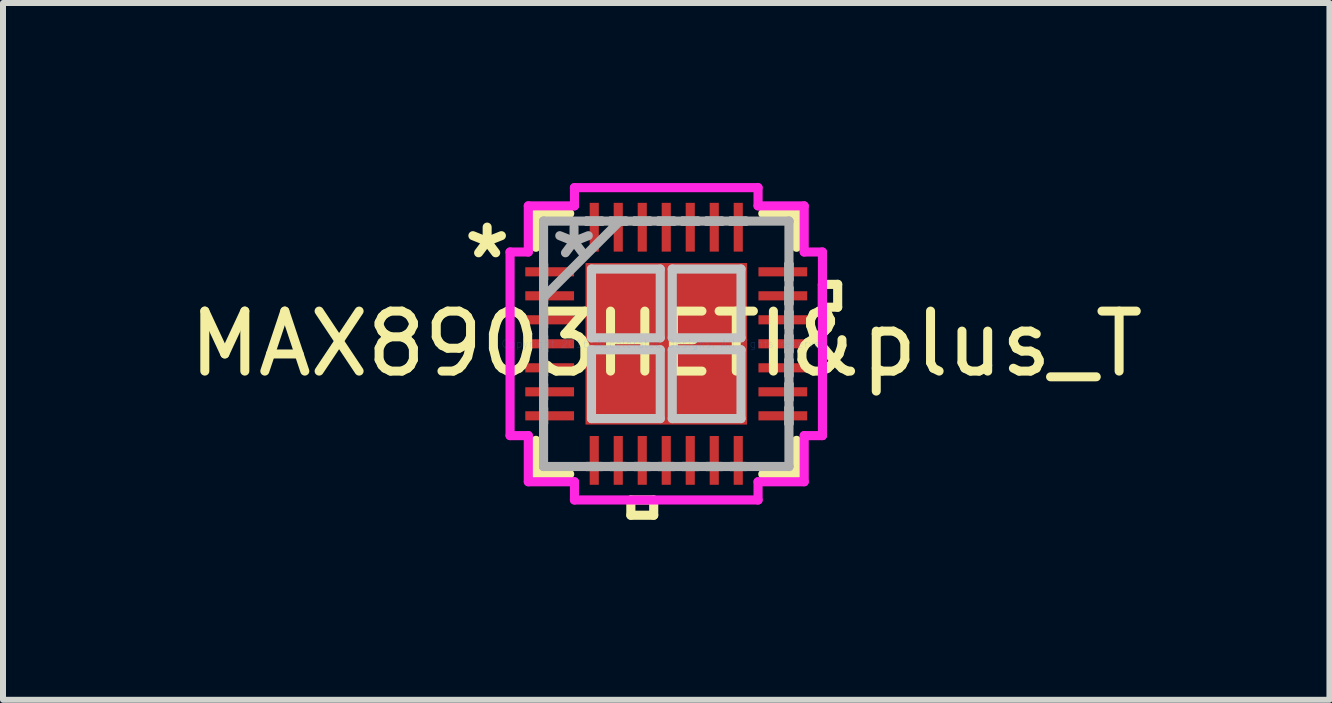
<source format=kicad_pcb>
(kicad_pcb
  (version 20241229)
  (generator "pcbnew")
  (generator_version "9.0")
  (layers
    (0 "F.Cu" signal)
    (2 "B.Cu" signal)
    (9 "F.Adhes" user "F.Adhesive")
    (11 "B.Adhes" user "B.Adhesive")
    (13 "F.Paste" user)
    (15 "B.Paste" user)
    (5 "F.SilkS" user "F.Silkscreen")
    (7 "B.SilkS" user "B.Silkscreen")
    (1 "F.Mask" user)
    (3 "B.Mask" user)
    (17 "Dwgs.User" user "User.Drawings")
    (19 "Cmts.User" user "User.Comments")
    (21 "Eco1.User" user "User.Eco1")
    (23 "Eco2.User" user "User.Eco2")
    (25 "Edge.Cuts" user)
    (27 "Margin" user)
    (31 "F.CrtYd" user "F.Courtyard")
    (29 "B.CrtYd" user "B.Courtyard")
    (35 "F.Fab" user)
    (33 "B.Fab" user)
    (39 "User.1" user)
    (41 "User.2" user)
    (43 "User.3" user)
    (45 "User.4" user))
  (footprint "MAX8903HETI&plus_T"
    (layer "F.Cu")
    (at 8.054 2.68)
    (property "Reference" "MAX8903HETI&plus_T" (at 0 0 0) (layer "F.SilkS") (effects (font (size 1 1) (thickness 0.15))))
    (attr through_hole)
    (fp_line (start -2.172 -2.172) (end -2.172 -1.609) (stroke (width 0.152) (type solid)) (layer "F.SilkS"))
    (fp_line (start -2.172 1.609) (end -2.172 2.172) (stroke (width 0.152) (type solid)) (layer "F.SilkS"))
    (fp_line (start -2.172 2.172) (end -1.609 2.172) (stroke (width 0.152) (type solid)) (layer "F.SilkS"))
    (fp_line (start -1.609 -2.172) (end -2.172 -2.172) (stroke (width 0.152) (type solid)) (layer "F.SilkS"))
    (fp_line (start -0.59 2.603) (end -0.59 2.857) (stroke (width 0.152) (type solid)) (layer "F.SilkS"))
    (fp_line (start -0.59 2.857) (end -0.209 2.857) (stroke (width 0.152) (type solid)) (layer "F.SilkS"))
    (fp_line (start -0.209 2.603) (end -0.59 2.603) (stroke (width 0.152) (type solid)) (layer "F.SilkS"))
    (fp_line (start -0.209 2.857) (end -0.209 2.603) (stroke (width 0.152) (type solid)) (layer "F.SilkS"))
    (fp_line (start 1.609 2.172) (end 2.172 2.172) (stroke (width 0.152) (type solid)) (layer "F.SilkS"))
    (fp_line (start 2.172 -2.172) (end 1.609 -2.172) (stroke (width 0.152) (type solid)) (layer "F.SilkS"))
    (fp_line (start 2.172 -1.609) (end 2.172 -2.172) (stroke (width 0.152) (type solid)) (layer "F.SilkS"))
    (fp_line (start 2.172 2.172) (end 2.172 1.609) (stroke (width 0.152) (type solid)) (layer "F.SilkS"))
    (fp_line (start 2.603 -0.991) (end 2.857 -0.991) (stroke (width 0.152) (type solid)) (layer "F.SilkS"))
    (fp_line (start 2.603 -0.61) (end 2.603 -0.991) (stroke (width 0.152) (type solid)) (layer "F.SilkS"))
    (fp_line (start 2.857 -0.991) (end 2.857 -0.61) (stroke (width 0.152) (type solid)) (layer "F.SilkS"))
    (fp_line (start 2.857 -0.61) (end 2.603 -0.61) (stroke (width 0.152) (type solid)) (layer "F.SilkS"))
    (fp_line (start -1.246 -1.246) (end -1.246 -0.1) (stroke (width 0.152) (type solid)) (layer "Dwgs.User"))
    (fp_line (start -1.246 -0.1) (end -0.1 -0.1) (stroke (width 0.152) (type solid)) (layer "Dwgs.User"))
    (fp_line (start -1.246 0.1) (end -1.246 1.246) (stroke (width 0.152) (type solid)) (layer "Dwgs.User"))
    (fp_line (start -1.246 1.246) (end -0.1 1.246) (stroke (width 0.152) (type solid)) (layer "Dwgs.User"))
    (fp_line (start -0.1 -1.246) (end -1.246 -1.246) (stroke (width 0.152) (type solid)) (layer "Dwgs.User"))
    (fp_line (start -0.1 -0.1) (end -0.1 -1.246) (stroke (width 0.152) (type solid)) (layer "Dwgs.User"))
    (fp_line (start -0.1 0.1) (end -1.246 0.1) (stroke (width 0.152) (type solid)) (layer "Dwgs.User"))
    (fp_line (start -0.1 1.246) (end -0.1 0.1) (stroke (width 0.152) (type solid)) (layer "Dwgs.User"))
    (fp_line (start 0.1 -1.246) (end 0.1 -0.1) (stroke (width 0.152) (type solid)) (layer "Dwgs.User"))
    (fp_line (start 0.1 -0.1) (end 1.246 -0.1) (stroke (width 0.152) (type solid)) (layer "Dwgs.User"))
    (fp_line (start 0.1 0.1) (end 0.1 1.246) (stroke (width 0.152) (type solid)) (layer "Dwgs.User"))
    (fp_line (start 0.1 1.246) (end 1.246 1.246) (stroke (width 0.152) (type solid)) (layer "Dwgs.User"))
    (fp_line (start 1.246 -1.246) (end 0.1 -1.246) (stroke (width 0.152) (type solid)) (layer "Dwgs.User"))
    (fp_line (start 1.246 -0.1) (end 1.246 -1.246) (stroke (width 0.152) (type solid)) (layer "Dwgs.User"))
    (fp_line (start 1.246 0.1) (end 0.1 0.1) (stroke (width 0.152) (type solid)) (layer "Dwgs.User"))
    (fp_line (start 1.246 1.246) (end 1.246 0.1) (stroke (width 0.152) (type solid)) (layer "Dwgs.User"))
    (fp_line (start -2.603 -1.53) (end -2.299 -1.53) (stroke (width 0.152) (type solid)) (layer "F.CrtYd"))
    (fp_line (start -2.603 1.53) (end -2.603 -1.53) (stroke (width 0.152) (type solid)) (layer "F.CrtYd"))
    (fp_line (start -2.299 -2.299) (end -1.53 -2.299) (stroke (width 0.152) (type solid)) (layer "F.CrtYd"))
    (fp_line (start -2.299 -1.53) (end -2.299 -2.299) (stroke (width 0.152) (type solid)) (layer "F.CrtYd"))
    (fp_line (start -2.299 1.53) (end -2.603 1.53) (stroke (width 0.152) (type solid)) (layer "F.CrtYd"))
    (fp_line (start -2.299 2.299) (end -2.299 1.53) (stroke (width 0.152) (type solid)) (layer "F.CrtYd"))
    (fp_line (start -1.53 -2.603) (end 1.53 -2.603) (stroke (width 0.152) (type solid)) (layer "F.CrtYd"))
    (fp_line (start -1.53 -2.299) (end -1.53 -2.603) (stroke (width 0.152) (type solid)) (layer "F.CrtYd"))
    (fp_line (start -1.53 2.299) (end -2.299 2.299) (stroke (width 0.152) (type solid)) (layer "F.CrtYd"))
    (fp_line (start -1.53 2.603) (end -1.53 2.299) (stroke (width 0.152) (type solid)) (layer "F.CrtYd"))
    (fp_line (start 1.53 -2.603) (end 1.53 -2.299) (stroke (width 0.152) (type solid)) (layer "F.CrtYd"))
    (fp_line (start 1.53 -2.299) (end 2.299 -2.299) (stroke (width 0.152) (type solid)) (layer "F.CrtYd"))
    (fp_line (start 1.53 2.299) (end 1.53 2.603) (stroke (width 0.152) (type solid)) (layer "F.CrtYd"))
    (fp_line (start 1.53 2.603) (end -1.53 2.603) (stroke (width 0.152) (type solid)) (layer "F.CrtYd"))
    (fp_line (start 2.299 -2.299) (end 2.299 -1.53) (stroke (width 0.152) (type solid)) (layer "F.CrtYd"))
    (fp_line (start 2.299 -1.53) (end 2.603 -1.53) (stroke (width 0.152) (type solid)) (layer "F.CrtYd"))
    (fp_line (start 2.299 1.53) (end 2.299 2.299) (stroke (width 0.152) (type solid)) (layer "F.CrtYd"))
    (fp_line (start 2.299 2.299) (end 1.53 2.299) (stroke (width 0.152) (type solid)) (layer "F.CrtYd"))
    (fp_line (start 2.603 -1.53) (end 2.603 1.53) (stroke (width 0.152) (type solid)) (layer "F.CrtYd"))
    (fp_line (start 2.603 1.53) (end 2.299 1.53) (stroke (width 0.152) (type solid)) (layer "F.CrtYd"))
    (fp_line (start -2.045 -2.045) (end -2.045 -2.045) (stroke (width 0.152) (type solid)) (layer "F.Fab"))
    (fp_line (start -2.045 -2.045) (end -2.045 2.045) (stroke (width 0.152) (type solid)) (layer "F.Fab"))
    (fp_line (start -2.045 -1.327) (end -2.045 -1.327) (stroke (width 0.152) (type solid)) (layer "F.Fab"))
    (fp_line (start -2.045 -1.327) (end -2.045 -1.073) (stroke (width 0.152) (type solid)) (layer "F.Fab"))
    (fp_line (start -2.045 -1.073) (end -2.045 -1.327) (stroke (width 0.152) (type solid)) (layer "F.Fab"))
    (fp_line (start -2.045 -1.073) (end -2.045 -1.073) (stroke (width 0.152) (type solid)) (layer "F.Fab"))
    (fp_line (start -2.045 -0.927) (end -2.045 -0.927) (stroke (width 0.152) (type solid)) (layer "F.Fab"))
    (fp_line (start -2.045 -0.927) (end -2.045 -0.673) (stroke (width 0.152) (type solid)) (layer "F.Fab"))
    (fp_line (start -2.045 -0.775) (end -0.775 -2.045) (stroke (width 0.152) (type solid)) (layer "F.Fab"))
    (fp_line (start -2.045 -0.673) (end -2.045 -0.927) (stroke (width 0.152) (type solid)) (layer "F.Fab"))
    (fp_line (start -2.045 -0.673) (end -2.045 -0.673) (stroke (width 0.152) (type solid)) (layer "F.Fab"))
    (fp_line (start -2.045 -0.527) (end -2.045 -0.527) (stroke (width 0.152) (type solid)) (layer "F.Fab"))
    (fp_line (start -2.045 -0.527) (end -2.045 -0.273) (stroke (width 0.152) (type solid)) (layer "F.Fab"))
    (fp_line (start -2.045 -0.273) (end -2.045 -0.527) (stroke (width 0.152) (type solid)) (layer "F.Fab"))
    (fp_line (start -2.045 -0.273) (end -2.045 -0.273) (stroke (width 0.152) (type solid)) (layer "F.Fab"))
    (fp_line (start -2.045 -0.127) (end -2.045 -0.127) (stroke (width 0.152) (type solid)) (layer "F.Fab"))
    (fp_line (start -2.045 -0.127) (end -2.045 0.127) (stroke (width 0.152) (type solid)) (layer "F.Fab"))
    (fp_line (start -2.045 0.127) (end -2.045 -0.127) (stroke (width 0.152) (type solid)) (layer "F.Fab"))
    (fp_line (start -2.045 0.127) (end -2.045 0.127) (stroke (width 0.152) (type solid)) (layer "F.Fab"))
    (fp_line (start -2.045 0.273) (end -2.045 0.273) (stroke (width 0.152) (type solid)) (layer "F.Fab"))
    (fp_line (start -2.045 0.273) (end -2.045 0.527) (stroke (width 0.152) (type solid)) (layer "F.Fab"))
    (fp_line (start -2.045 0.527) (end -2.045 0.273) (stroke (width 0.152) (type solid)) (layer "F.Fab"))
    (fp_line (start -2.045 0.527) (end -2.045 0.527) (stroke (width 0.152) (type solid)) (layer "F.Fab"))
    (fp_line (start -2.045 0.673) (end -2.045 0.673) (stroke (width 0.152) (type solid)) (layer "F.Fab"))
    (fp_line (start -2.045 0.673) (end -2.045 0.927) (stroke (width 0.152) (type solid)) (layer "F.Fab"))
    (fp_line (start -2.045 0.927) (end -2.045 0.673) (stroke (width 0.152) (type solid)) (layer "F.Fab"))
    (fp_line (start -2.045 0.927) (end -2.045 0.927) (stroke (width 0.152) (type solid)) (layer "F.Fab"))
    (fp_line (start -2.045 1.073) (end -2.045 1.073) (stroke (width 0.152) (type solid)) (layer "F.Fab"))
    (fp_line (start -2.045 1.073) (end -2.045 1.327) (stroke (width 0.152) (type solid)) (layer "F.Fab"))
    (fp_line (start -2.045 1.327) (end -2.045 1.073) (stroke (width 0.152) (type solid)) (layer "F.Fab"))
    (fp_line (start -2.045 1.327) (end -2.045 1.327) (stroke (width 0.152) (type solid)) (layer "F.Fab"))
    (fp_line (start -2.045 2.045) (end -2.045 2.045) (stroke (width 0.152) (type solid)) (layer "F.Fab"))
    (fp_line (start -2.045 2.045) (end 2.045 2.045) (stroke (width 0.152) (type solid)) (layer "F.Fab"))
    (fp_line (start -1.327 -2.045) (end -1.327 -2.045) (stroke (width 0.152) (type solid)) (layer "F.Fab"))
    (fp_line (start -1.327 -2.045) (end -1.073 -2.045) (stroke (width 0.152) (type solid)) (layer "F.Fab"))
    (fp_line (start -1.327 2.045) (end -1.327 2.045) (stroke (width 0.152) (type solid)) (layer "F.Fab"))
    (fp_line (start -1.327 2.045) (end -1.073 2.045) (stroke (width 0.152) (type solid)) (layer "F.Fab"))
    (fp_line (start -1.073 -2.045) (end -1.327 -2.045) (stroke (width 0.152) (type solid)) (layer "F.Fab"))
    (fp_line (start -1.073 -2.045) (end -1.073 -2.045) (stroke (width 0.152) (type solid)) (layer "F.Fab"))
    (fp_line (start -1.073 2.045) (end -1.327 2.045) (stroke (width 0.152) (type solid)) (layer "F.Fab"))
    (fp_line (start -1.073 2.045) (end -1.073 2.045) (stroke (width 0.152) (type solid)) (layer "F.Fab"))
    (fp_line (start -0.927 -2.045) (end -0.927 -2.045) (stroke (width 0.152) (type solid)) (layer "F.Fab"))
    (fp_line (start -0.927 -2.045) (end -0.673 -2.045) (stroke (width 0.152) (type solid)) (layer "F.Fab"))
    (fp_line (start -0.927 2.045) (end -0.927 2.045) (stroke (width 0.152) (type solid)) (layer "F.Fab"))
    (fp_line (start -0.927 2.045) (end -0.673 2.045) (stroke (width 0.152) (type solid)) (layer "F.Fab"))
    (fp_line (start -0.673 -2.045) (end -0.927 -2.045) (stroke (width 0.152) (type solid)) (layer "F.Fab"))
    (fp_line (start -0.673 -2.045) (end -0.673 -2.045) (stroke (width 0.152) (type solid)) (layer "F.Fab"))
    (fp_line (start -0.673 2.045) (end -0.927 2.045) (stroke (width 0.152) (type solid)) (layer "F.Fab"))
    (fp_line (start -0.673 2.045) (end -0.673 2.045) (stroke (width 0.152) (type solid)) (layer "F.Fab"))
    (fp_line (start -0.527 -2.045) (end -0.527 -2.045) (stroke (width 0.152) (type solid)) (layer "F.Fab"))
    (fp_line (start -0.527 -2.045) (end -0.273 -2.045) (stroke (width 0.152) (type solid)) (layer "F.Fab"))
    (fp_line (start -0.527 2.045) (end -0.527 2.045) (stroke (width 0.152) (type solid)) (layer "F.Fab"))
    (fp_line (start -0.527 2.045) (end -0.273 2.045) (stroke (width 0.152) (type solid)) (layer "F.Fab"))
    (fp_line (start -0.273 -2.045) (end -0.527 -2.045) (stroke (width 0.152) (type solid)) (layer "F.Fab"))
    (fp_line (start -0.273 -2.045) (end -0.273 -2.045) (stroke (width 0.152) (type solid)) (layer "F.Fab"))
    (fp_line (start -0.273 2.045) (end -0.527 2.045) (stroke (width 0.152) (type solid)) (layer "F.Fab"))
    (fp_line (start -0.273 2.045) (end -0.273 2.045) (stroke (width 0.152) (type solid)) (layer "F.Fab"))
    (fp_line (start -0.127 -2.045) (end -0.127 -2.045) (stroke (width 0.152) (type solid)) (layer "F.Fab"))
    (fp_line (start -0.127 -2.045) (end 0.127 -2.045) (stroke (width 0.152) (type solid)) (layer "F.Fab"))
    (fp_line (start -0.127 2.045) (end -0.127 2.045) (stroke (width 0.152) (type solid)) (layer "F.Fab"))
    (fp_line (start -0.127 2.045) (end 0.127 2.045) (stroke (width 0.152) (type solid)) (layer "F.Fab"))
    (fp_line (start 0.127 -2.045) (end -0.127 -2.045) (stroke (width 0.152) (type solid)) (layer "F.Fab"))
    (fp_line (start 0.127 -2.045) (end 0.127 -2.045) (stroke (width 0.152) (type solid)) (layer "F.Fab"))
    (fp_line (start 0.127 2.045) (end -0.127 2.045) (stroke (width 0.152) (type solid)) (layer "F.Fab"))
    (fp_line (start 0.127 2.045) (end 0.127 2.045) (stroke (width 0.152) (type solid)) (layer "F.Fab"))
    (fp_line (start 0.273 -2.045) (end 0.273 -2.045) (stroke (width 0.152) (type solid)) (layer "F.Fab"))
    (fp_line (start 0.273 -2.045) (end 0.527 -2.045) (stroke (width 0.152) (type solid)) (layer "F.Fab"))
    (fp_line (start 0.273 2.045) (end 0.273 2.045) (stroke (width 0.152) (type solid)) (layer "F.Fab"))
    (fp_line (start 0.273 2.045) (end 0.527 2.045) (stroke (width 0.152) (type solid)) (layer "F.Fab"))
    (fp_line (start 0.527 -2.045) (end 0.273 -2.045) (stroke (width 0.152) (type solid)) (layer "F.Fab"))
    (fp_line (start 0.527 -2.045) (end 0.527 -2.045) (stroke (width 0.152) (type solid)) (layer "F.Fab"))
    (fp_line (start 0.527 2.045) (end 0.273 2.045) (stroke (width 0.152) (type solid)) (layer "F.Fab"))
    (fp_line (start 0.527 2.045) (end 0.527 2.045) (stroke (width 0.152) (type solid)) (layer "F.Fab"))
    (fp_line (start 0.673 -2.045) (end 0.673 -2.045) (stroke (width 0.152) (type solid)) (layer "F.Fab"))
    (fp_line (start 0.673 -2.045) (end 0.927 -2.045) (stroke (width 0.152) (type solid)) (layer "F.Fab"))
    (fp_line (start 0.673 2.045) (end 0.673 2.045) (stroke (width 0.152) (type solid)) (layer "F.Fab"))
    (fp_line (start 0.673 2.045) (end 0.927 2.045) (stroke (width 0.152) (type solid)) (layer "F.Fab"))
    (fp_line (start 0.927 -2.045) (end 0.673 -2.045) (stroke (width 0.152) (type solid)) (layer "F.Fab"))
    (fp_line (start 0.927 -2.045) (end 0.927 -2.045) (stroke (width 0.152) (type solid)) (layer "F.Fab"))
    (fp_line (start 0.927 2.045) (end 0.673 2.045) (stroke (width 0.152) (type solid)) (layer "F.Fab"))
    (fp_line (start 0.927 2.045) (end 0.927 2.045) (stroke (width 0.152) (type solid)) (layer "F.Fab"))
    (fp_line (start 1.073 -2.045) (end 1.073 -2.045) (stroke (width 0.152) (type solid)) (layer "F.Fab"))
    (fp_line (start 1.073 -2.045) (end 1.327 -2.045) (stroke (width 0.152) (type solid)) (layer "F.Fab"))
    (fp_line (start 1.073 2.045) (end 1.073 2.045) (stroke (width 0.152) (type solid)) (layer "F.Fab"))
    (fp_line (start 1.073 2.045) (end 1.327 2.045) (stroke (width 0.152) (type solid)) (layer "F.Fab"))
    (fp_line (start 1.327 -2.045) (end 1.073 -2.045) (stroke (width 0.152) (type solid)) (layer "F.Fab"))
    (fp_line (start 1.327 -2.045) (end 1.327 -2.045) (stroke (width 0.152) (type solid)) (layer "F.Fab"))
    (fp_line (start 1.327 2.045) (end 1.073 2.045) (stroke (width 0.152) (type solid)) (layer "F.Fab"))
    (fp_line (start 1.327 2.045) (end 1.327 2.045) (stroke (width 0.152) (type solid)) (layer "F.Fab"))
    (fp_line (start 2.045 -2.045) (end -2.045 -2.045) (stroke (width 0.152) (type solid)) (layer "F.Fab"))
    (fp_line (start 2.045 -2.045) (end 2.045 -2.045) (stroke (width 0.152) (type solid)) (layer "F.Fab"))
    (fp_line (start 2.045 -1.327) (end 2.045 -1.327) (stroke (width 0.152) (type solid)) (layer "F.Fab"))
    (fp_line (start 2.045 -1.327) (end 2.045 -1.073) (stroke (width 0.152) (type solid)) (layer "F.Fab"))
    (fp_line (start 2.045 -1.073) (end 2.045 -1.327) (stroke (width 0.152) (type solid)) (layer "F.Fab"))
    (fp_line (start 2.045 -1.073) (end 2.045 -1.073) (stroke (width 0.152) (type solid)) (layer "F.Fab"))
    (fp_line (start 2.045 -0.927) (end 2.045 -0.927) (stroke (width 0.152) (type solid)) (layer "F.Fab"))
    (fp_line (start 2.045 -0.927) (end 2.045 -0.673) (stroke (width 0.152) (type solid)) (layer "F.Fab"))
    (fp_line (start 2.045 -0.673) (end 2.045 -0.927) (stroke (width 0.152) (type solid)) (layer "F.Fab"))
    (fp_line (start 2.045 -0.673) (end 2.045 -0.673) (stroke (width 0.152) (type solid)) (layer "F.Fab"))
    (fp_line (start 2.045 -0.527) (end 2.045 -0.527) (stroke (width 0.152) (type solid)) (layer "F.Fab"))
    (fp_line (start 2.045 -0.527) (end 2.045 -0.273) (stroke (width 0.152) (type solid)) (layer "F.Fab"))
    (fp_line (start 2.045 -0.273) (end 2.045 -0.527) (stroke (width 0.152) (type solid)) (layer "F.Fab"))
    (fp_line (start 2.045 -0.273) (end 2.045 -0.273) (stroke (width 0.152) (type solid)) (layer "F.Fab"))
    (fp_line (start 2.045 -0.127) (end 2.045 -0.127) (stroke (width 0.152) (type solid)) (layer "F.Fab"))
    (fp_line (start 2.045 -0.127) (end 2.045 0.127) (stroke (width 0.152) (type solid)) (layer "F.Fab"))
    (fp_line (start 2.045 0.127) (end 2.045 -0.127) (stroke (width 0.152) (type solid)) (layer "F.Fab"))
    (fp_line (start 2.045 0.127) (end 2.045 0.127) (stroke (width 0.152) (type solid)) (layer "F.Fab"))
    (fp_line (start 2.045 0.273) (end 2.045 0.273) (stroke (width 0.152) (type solid)) (layer "F.Fab"))
    (fp_line (start 2.045 0.273) (end 2.045 0.527) (stroke (width 0.152) (type solid)) (layer "F.Fab"))
    (fp_line (start 2.045 0.527) (end 2.045 0.273) (stroke (width 0.152) (type solid)) (layer "F.Fab"))
    (fp_line (start 2.045 0.527) (end 2.045 0.527) (stroke (width 0.152) (type solid)) (layer "F.Fab"))
    (fp_line (start 2.045 0.673) (end 2.045 0.673) (stroke (width 0.152) (type solid)) (layer "F.Fab"))
    (fp_line (start 2.045 0.673) (end 2.045 0.927) (stroke (width 0.152) (type solid)) (layer "F.Fab"))
    (fp_line (start 2.045 0.927) (end 2.045 0.673) (stroke (width 0.152) (type solid)) (layer "F.Fab"))
    (fp_line (start 2.045 0.927) (end 2.045 0.927) (stroke (width 0.152) (type solid)) (layer "F.Fab"))
    (fp_line (start 2.045 1.073) (end 2.045 1.073) (stroke (width 0.152) (type solid)) (layer "F.Fab"))
    (fp_line (start 2.045 1.073) (end 2.045 1.327) (stroke (width 0.152) (type solid)) (layer "F.Fab"))
    (fp_line (start 2.045 1.327) (end 2.045 1.073) (stroke (width 0.152) (type solid)) (layer "F.Fab"))
    (fp_line (start 2.045 1.327) (end 2.045 1.327) (stroke (width 0.152) (type solid)) (layer "F.Fab"))
    (fp_line (start 2.045 2.045) (end 2.045 -2.045) (stroke (width 0.152) (type solid)) (layer "F.Fab"))
    (fp_line (start 2.045 2.045) (end 2.045 2.045) (stroke (width 0.152) (type solid)) (layer "F.Fab"))
    (fp_text user "*" (at -2.985 -1.4 0) (layer "F.SilkS") (effects (font (size 1 1) (thickness 0.15))))
    (fp_text user "Copyright 2016 Accelerated Designs. All rights reserved." (at 0 0 0) (layer "Cmts.User") (effects (font (size 0.127 0.127) (thickness 0.002))))
    (fp_text user "*" (at -1.537 -1.4 0) (layer "F.Fab") (effects (font (size 1 1) (thickness 0.15))))
    (pad "1" smd rect (at -1.943 -1.2 90) (size 0.152 0.813) (layers "F.Cu" "F.Mask" "F.Paste"))
    (pad "2" smd rect (at -1.943 -0.8 90) (size 0.152 0.813) (layers "F.Cu" "F.Mask" "F.Paste"))
    (pad "3" smd rect (at -1.943 -0.4 90) (size 0.152 0.813) (layers "F.Cu" "F.Mask" "F.Paste"))
    (pad "4" smd rect (at -1.943 0 90) (size 0.152 0.813) (layers "F.Cu" "F.Mask" "F.Paste"))
    (pad "5" smd rect (at -1.943 0.4 90) (size 0.152 0.813) (layers "F.Cu" "F.Mask" "F.Paste"))
    (pad "6" smd rect (at -1.943 0.8 90) (size 0.152 0.813) (layers "F.Cu" "F.Mask" "F.Paste"))
    (pad "7" smd rect (at -1.943 1.2 90) (size 0.152 0.813) (layers "F.Cu" "F.Mask" "F.Paste"))
    (pad "8" smd rect (at -1.2 1.943) (size 0.152 0.813) (layers "F.Cu" "F.Mask" "F.Paste"))
    (pad "9" smd rect (at -0.8 1.943) (size 0.152 0.813) (layers "F.Cu" "F.Mask" "F.Paste"))
    (pad "10" smd rect (at -0.4 1.943) (size 0.152 0.813) (layers "F.Cu" "F.Mask" "F.Paste"))
    (pad "11" smd rect (at 0 1.943) (size 0.152 0.813) (layers "F.Cu" "F.Mask" "F.Paste"))
    (pad "12" smd rect (at 0.4 1.943) (size 0.152 0.813) (layers "F.Cu" "F.Mask" "F.Paste"))
    (pad "13" smd rect (at 0.8 1.943) (size 0.152 0.813) (layers "F.Cu" "F.Mask" "F.Paste"))
    (pad "14" smd rect (at 1.2 1.943) (size 0.152 0.813) (layers "F.Cu" "F.Mask" "F.Paste"))
    (pad "15" smd rect (at 1.943 1.2 90) (size 0.152 0.813) (layers "F.Cu" "F.Mask" "F.Paste"))
    (pad "16" smd rect (at 1.943 0.8 90) (size 0.152 0.813) (layers "F.Cu" "F.Mask" "F.Paste"))
    (pad "17" smd rect (at 1.943 0.4 90) (size 0.152 0.813) (layers "F.Cu" "F.Mask" "F.Paste"))
    (pad "18" smd rect (at 1.943 0 90) (size 0.152 0.813) (layers "F.Cu" "F.Mask" "F.Paste"))
    (pad "19" smd rect (at 1.943 -0.4 90) (size 0.152 0.813) (layers "F.Cu" "F.Mask" "F.Paste"))
    (pad "20" smd rect (at 1.943 -0.8 90) (size 0.152 0.813) (layers "F.Cu" "F.Mask" "F.Paste"))
    (pad "21" smd rect (at 1.943 -1.2 90) (size 0.152 0.813) (layers "F.Cu" "F.Mask" "F.Paste"))
    (pad "22" smd rect (at 1.2 -1.943) (size 0.152 0.813) (layers "F.Cu" "F.Mask" "F.Paste"))
    (pad "23" smd rect (at 0.8 -1.943) (size 0.152 0.813) (layers "F.Cu" "F.Mask" "F.Paste"))
    (pad "24" smd rect (at 0.4 -1.943) (size 0.152 0.813) (layers "F.Cu" "F.Mask" "F.Paste"))
    (pad "25" smd rect (at 0 -1.943) (size 0.152 0.813) (layers "F.Cu" "F.Mask" "F.Paste"))
    (pad "26" smd rect (at -0.4 -1.943) (size 0.152 0.813) (layers "F.Cu" "F.Mask" "F.Paste"))
    (pad "27" smd rect (at -0.8 -1.943) (size 0.152 0.813) (layers "F.Cu" "F.Mask" "F.Paste"))
    (pad "28" smd rect (at -1.2 -1.943) (size 0.152 0.813) (layers "F.Cu" "F.Mask" "F.Paste"))
    (pad "29" smd rect (at 0 0) (size 2.692 2.692) (layers "F.Cu" "F.Mask" "F.Paste")))
  (gr_rect
    (start -3 -3)
    (end 19.107 8.613)
    (stroke (width 0.1) (type default))
    (fill no)
    (layer "Edge.Cuts")))
</source>
